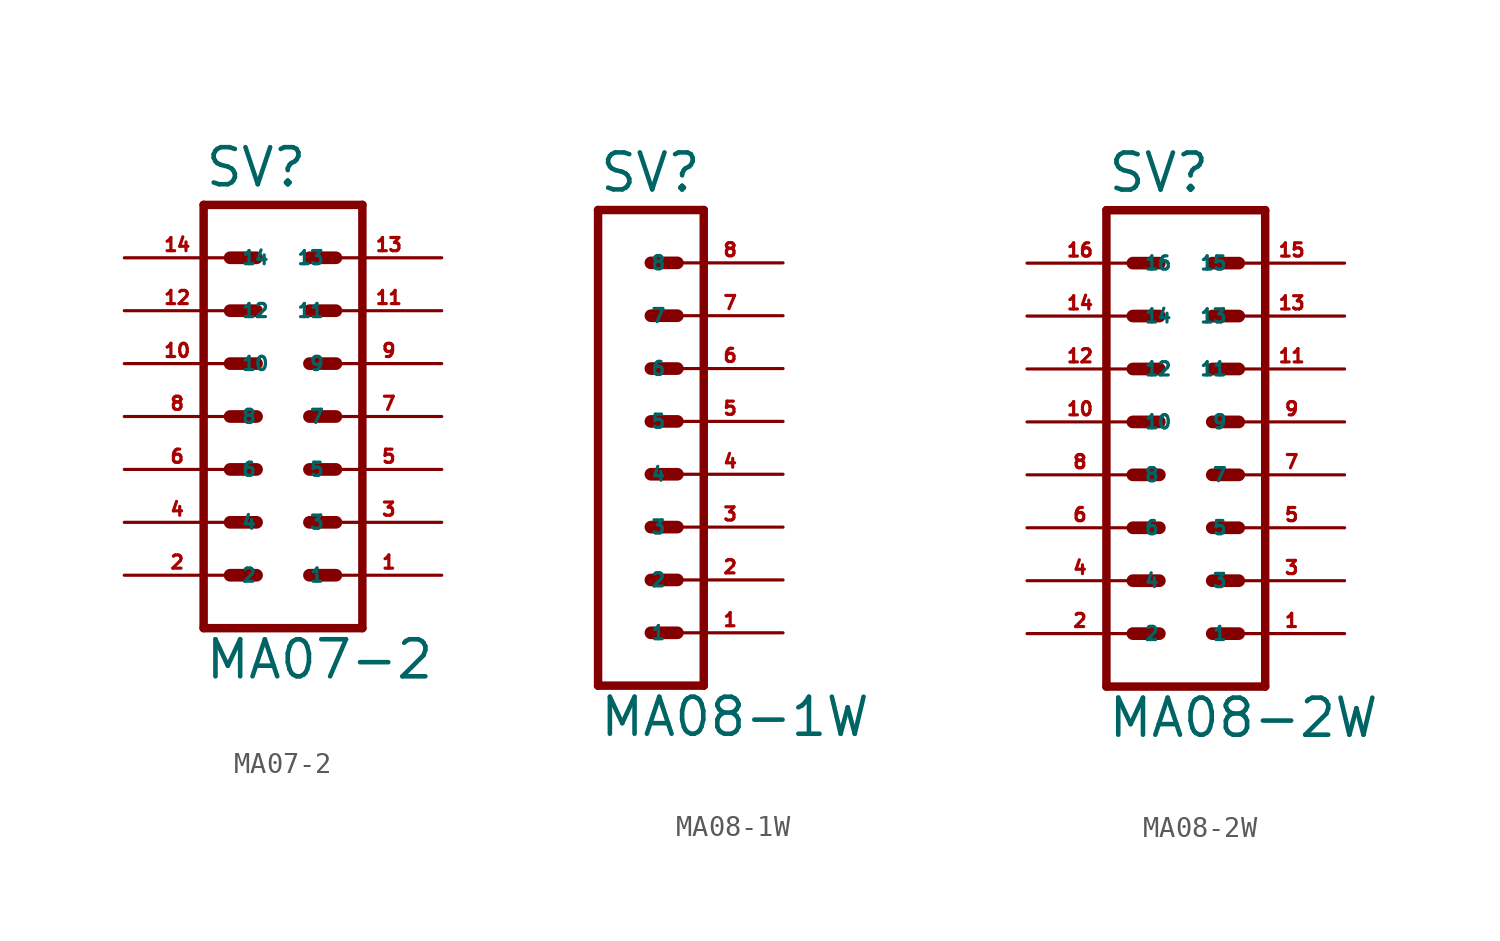
<source format=kicad_sym>
(kicad_symbol_lib
  (version 20220914)
  (generator Eagle2Kicad)
  (symbol "MA07-2"
    (property "Reference" "SV"
      (at -3.81 10.922 0)
      (effects (font (size 1.778 1.778) (thickness 0.22)) (justify left bottom)))
    (property "Value" "MA07-2"
      (at -3.81 -12.7 0)
      (effects (font (size 1.778 1.778) (thickness 0.22)) (justify left bottom)))
    (polyline
      (pts (xy 3.81 -10.16) (xy -3.81 -10.16))
      (stroke (width 0.406) (type default))
      (fill (type none)))
    (polyline
      (pts (xy 1.27 -2.54) (xy 2.54 -2.54))
      (stroke (width 0.61) (type default))
      (fill (type none)))
    (polyline
      (pts (xy 1.27 -5.08) (xy 2.54 -5.08))
      (stroke (width 0.61) (type default))
      (fill (type none)))
    (polyline
      (pts (xy 1.27 -7.62) (xy 2.54 -7.62))
      (stroke (width 0.61) (type default))
      (fill (type none)))
    (polyline
      (pts (xy -2.54 -2.54) (xy -1.27 -2.54))
      (stroke (width 0.61) (type default))
      (fill (type none)))
    (polyline
      (pts (xy -2.54 -5.08) (xy -1.27 -5.08))
      (stroke (width 0.61) (type default))
      (fill (type none)))
    (polyline
      (pts (xy -2.54 -7.62) (xy -1.27 -7.62))
      (stroke (width 0.61) (type default))
      (fill (type none)))
    (polyline
      (pts (xy -3.81 10.16) (xy -3.81 -10.16))
      (stroke (width 0.406) (type default))
      (fill (type none)))
    (polyline
      (pts (xy 3.81 -10.16) (xy 3.81 10.16))
      (stroke (width 0.406) (type default))
      (fill (type none)))
    (polyline
      (pts (xy -3.81 10.16) (xy 3.81 10.16))
      (stroke (width 0.406) (type default))
      (fill (type none)))
    (polyline
      (pts (xy 1.27 5.08) (xy 2.54 5.08))
      (stroke (width 0.61) (type default))
      (fill (type none)))
    (polyline
      (pts (xy 1.27 2.54) (xy 2.54 2.54))
      (stroke (width 0.61) (type default))
      (fill (type none)))
    (polyline
      (pts (xy 1.27 0) (xy 2.54 0))
      (stroke (width 0.61) (type default))
      (fill (type none)))
    (polyline
      (pts (xy -2.54 5.08) (xy -1.27 5.08))
      (stroke (width 0.61) (type default))
      (fill (type none)))
    (polyline
      (pts (xy -2.54 2.54) (xy -1.27 2.54))
      (stroke (width 0.61) (type default))
      (fill (type none)))
    (polyline
      (pts (xy -2.54 0) (xy -1.27 0))
      (stroke (width 0.61) (type default))
      (fill (type none)))
    (polyline
      (pts (xy -2.54 7.62) (xy -1.27 7.62))
      (stroke (width 0.61) (type default))
      (fill (type none)))
    (polyline
      (pts (xy 1.27 7.62) (xy 2.54 7.62))
      (stroke (width 0.61) (type default))
      (fill (type none)))
    (pin passive line
      (at 7.62 -7.62 180)
      (length 5.08)
      (name "1" (effects (font (size 0.635 0.635) (thickness 0.08)) (justify left bottom)))
      (number "1" (effects (font (size 0.635 0.635) (thickness 0.08)) (justify left bottom))))
    (pin passive line
      (at 7.62 -5.08 180)
      (length 5.08)
      (name "3" (effects (font (size 0.635 0.635) (thickness 0.08)) (justify left bottom)))
      (number "3" (effects (font (size 0.635 0.635) (thickness 0.08)) (justify left bottom))))
    (pin passive line
      (at 7.62 -2.54 180)
      (length 5.08)
      (name "5" (effects (font (size 0.635 0.635) (thickness 0.08)) (justify left bottom)))
      (number "5" (effects (font (size 0.635 0.635) (thickness 0.08)) (justify left bottom))))
    (pin passive line
      (at -7.62 -7.62 0)
      (length 5.08)
      (name "2" (effects (font (size 0.635 0.635) (thickness 0.08)) (justify left bottom)))
      (number "2" (effects (font (size 0.635 0.635) (thickness 0.08)) (justify left bottom))))
    (pin passive line
      (at -7.62 -5.08 0)
      (length 5.08)
      (name "4" (effects (font (size 0.635 0.635) (thickness 0.08)) (justify left bottom)))
      (number "4" (effects (font (size 0.635 0.635) (thickness 0.08)) (justify left bottom))))
    (pin passive line
      (at -7.62 -2.54 0)
      (length 5.08)
      (name "6" (effects (font (size 0.635 0.635) (thickness 0.08)) (justify left bottom)))
      (number "6" (effects (font (size 0.635 0.635) (thickness 0.08)) (justify left bottom))))
    (pin passive line
      (at 7.62 0 180)
      (length 5.08)
      (name "7" (effects (font (size 0.635 0.635) (thickness 0.08)) (justify left bottom)))
      (number "7" (effects (font (size 0.635 0.635) (thickness 0.08)) (justify left bottom))))
    (pin passive line
      (at 7.62 2.54 180)
      (length 5.08)
      (name "9" (effects (font (size 0.635 0.635) (thickness 0.08)) (justify left bottom)))
      (number "9" (effects (font (size 0.635 0.635) (thickness 0.08)) (justify left bottom))))
    (pin passive line
      (at 7.62 5.08 180)
      (length 5.08)
      (name "11" (effects (font (size 0.635 0.635) (thickness 0.08)) (justify left bottom)))
      (number "11" (effects (font (size 0.635 0.635) (thickness 0.08)) (justify left bottom))))
    (pin passive line
      (at -7.62 0 0)
      (length 5.08)
      (name "8" (effects (font (size 0.635 0.635) (thickness 0.08)) (justify left bottom)))
      (number "8" (effects (font (size 0.635 0.635) (thickness 0.08)) (justify left bottom))))
    (pin passive line
      (at -7.62 2.54 0)
      (length 5.08)
      (name "10" (effects (font (size 0.635 0.635) (thickness 0.08)) (justify left bottom)))
      (number "10" (effects (font (size 0.635 0.635) (thickness 0.08)) (justify left bottom))))
    (pin passive line
      (at -7.62 5.08 0)
      (length 5.08)
      (name "12" (effects (font (size 0.635 0.635) (thickness 0.08)) (justify left bottom)))
      (number "12" (effects (font (size 0.635 0.635) (thickness 0.08)) (justify left bottom))))
    (pin passive line
      (at -7.62 7.62 0)
      (length 5.08)
      (name "14" (effects (font (size 0.635 0.635) (thickness 0.08)) (justify left bottom)))
      (number "14" (effects (font (size 0.635 0.635) (thickness 0.08)) (justify left bottom))))
    (pin passive line
      (at 7.62 7.62 180)
      (length 5.08)
      (name "13" (effects (font (size 0.635 0.635) (thickness 0.08)) (justify left bottom)))
      (number "13" (effects (font (size 0.635 0.635) (thickness 0.08)) (justify left bottom)))))
  (symbol "MA08-1W"
    (property "Reference" "SV"
      (at -1.27 13.462 0)
      (effects (font (size 1.778 1.778) (thickness 0.22)) (justify left bottom)))
    (property "Value" "MA08-1W"
      (at -1.27 -12.7 0)
      (effects (font (size 1.778 1.778) (thickness 0.22)) (justify left bottom)))
    (polyline
      (pts (xy 3.81 -10.16) (xy -1.27 -10.16))
      (stroke (width 0.406) (type default))
      (fill (type none)))
    (polyline
      (pts (xy 1.27 -2.54) (xy 2.54 -2.54))
      (stroke (width 0.61) (type default))
      (fill (type none)))
    (polyline
      (pts (xy 1.27 -5.08) (xy 2.54 -5.08))
      (stroke (width 0.61) (type default))
      (fill (type none)))
    (polyline
      (pts (xy 1.27 -7.62) (xy 2.54 -7.62))
      (stroke (width 0.61) (type default))
      (fill (type none)))
    (polyline
      (pts (xy 1.27 2.54) (xy 2.54 2.54))
      (stroke (width 0.61) (type default))
      (fill (type none)))
    (polyline
      (pts (xy 1.27 0) (xy 2.54 0))
      (stroke (width 0.61) (type default))
      (fill (type none)))
    (polyline
      (pts (xy 1.27 10.16) (xy 2.54 10.16))
      (stroke (width 0.61) (type default))
      (fill (type none)))
    (polyline
      (pts (xy 1.27 7.62) (xy 2.54 7.62))
      (stroke (width 0.61) (type default))
      (fill (type none)))
    (polyline
      (pts (xy 1.27 5.08) (xy 2.54 5.08))
      (stroke (width 0.61) (type default))
      (fill (type none)))
    (polyline
      (pts (xy -1.27 12.7) (xy -1.27 -10.16))
      (stroke (width 0.406) (type default))
      (fill (type none)))
    (polyline
      (pts (xy 3.81 -10.16) (xy 3.81 12.7))
      (stroke (width 0.406) (type default))
      (fill (type none)))
    (polyline
      (pts (xy -1.27 12.7) (xy 3.81 12.7))
      (stroke (width 0.406) (type default))
      (fill (type none)))
    (pin passive line
      (at 7.62 -7.62 180)
      (length 5.08)
      (name "1" (effects (font (size 0.635 0.635) (thickness 0.08)) (justify left bottom)))
      (number "1" (effects (font (size 0.635 0.635) (thickness 0.08)) (justify left bottom))))
    (pin passive line
      (at 7.62 -5.08 180)
      (length 5.08)
      (name "2" (effects (font (size 0.635 0.635) (thickness 0.08)) (justify left bottom)))
      (number "2" (effects (font (size 0.635 0.635) (thickness 0.08)) (justify left bottom))))
    (pin passive line
      (at 7.62 -2.54 180)
      (length 5.08)
      (name "3" (effects (font (size 0.635 0.635) (thickness 0.08)) (justify left bottom)))
      (number "3" (effects (font (size 0.635 0.635) (thickness 0.08)) (justify left bottom))))
    (pin passive line
      (at 7.62 0 180)
      (length 5.08)
      (name "4" (effects (font (size 0.635 0.635) (thickness 0.08)) (justify left bottom)))
      (number "4" (effects (font (size 0.635 0.635) (thickness 0.08)) (justify left bottom))))
    (pin passive line
      (at 7.62 2.54 180)
      (length 5.08)
      (name "5" (effects (font (size 0.635 0.635) (thickness 0.08)) (justify left bottom)))
      (number "5" (effects (font (size 0.635 0.635) (thickness 0.08)) (justify left bottom))))
    (pin passive line
      (at 7.62 5.08 180)
      (length 5.08)
      (name "6" (effects (font (size 0.635 0.635) (thickness 0.08)) (justify left bottom)))
      (number "6" (effects (font (size 0.635 0.635) (thickness 0.08)) (justify left bottom))))
    (pin passive line
      (at 7.62 7.62 180)
      (length 5.08)
      (name "7" (effects (font (size 0.635 0.635) (thickness 0.08)) (justify left bottom)))
      (number "7" (effects (font (size 0.635 0.635) (thickness 0.08)) (justify left bottom))))
    (pin passive line
      (at 7.62 10.16 180)
      (length 5.08)
      (name "8" (effects (font (size 0.635 0.635) (thickness 0.08)) (justify left bottom)))
      (number "8" (effects (font (size 0.635 0.635) (thickness 0.08)) (justify left bottom)))))
  (symbol "MA08-2W"
    (property "Reference" "SV"
      (at -3.81 13.462 0)
      (effects (font (size 1.778 1.778) (thickness 0.22)) (justify left bottom)))
    (property "Value" "MA08-2W"
      (at -3.81 -12.7 0)
      (effects (font (size 1.778 1.778) (thickness 0.22)) (justify left bottom)))
    (polyline
      (pts (xy 3.81 -10.16) (xy -3.81 -10.16))
      (stroke (width 0.406) (type default))
      (fill (type none)))
    (polyline
      (pts (xy 1.27 -2.54) (xy 2.54 -2.54))
      (stroke (width 0.61) (type default))
      (fill (type none)))
    (polyline
      (pts (xy 1.27 -5.08) (xy 2.54 -5.08))
      (stroke (width 0.61) (type default))
      (fill (type none)))
    (polyline
      (pts (xy 1.27 -7.62) (xy 2.54 -7.62))
      (stroke (width 0.61) (type default))
      (fill (type none)))
    (polyline
      (pts (xy -2.54 -2.54) (xy -1.27 -2.54))
      (stroke (width 0.61) (type default))
      (fill (type none)))
    (polyline
      (pts (xy -2.54 -5.08) (xy -1.27 -5.08))
      (stroke (width 0.61) (type default))
      (fill (type none)))
    (polyline
      (pts (xy -2.54 -7.62) (xy -1.27 -7.62))
      (stroke (width 0.61) (type default))
      (fill (type none)))
    (polyline
      (pts (xy 1.27 2.54) (xy 2.54 2.54))
      (stroke (width 0.61) (type default))
      (fill (type none)))
    (polyline
      (pts (xy 1.27 0) (xy 2.54 0))
      (stroke (width 0.61) (type default))
      (fill (type none)))
    (polyline
      (pts (xy -2.54 2.54) (xy -1.27 2.54))
      (stroke (width 0.61) (type default))
      (fill (type none)))
    (polyline
      (pts (xy -2.54 0) (xy -1.27 0))
      (stroke (width 0.61) (type default))
      (fill (type none)))
    (polyline
      (pts (xy 1.27 10.16) (xy 2.54 10.16))
      (stroke (width 0.61) (type default))
      (fill (type none)))
    (polyline
      (pts (xy 1.27 7.62) (xy 2.54 7.62))
      (stroke (width 0.61) (type default))
      (fill (type none)))
    (polyline
      (pts (xy 1.27 5.08) (xy 2.54 5.08))
      (stroke (width 0.61) (type default))
      (fill (type none)))
    (polyline
      (pts (xy -2.54 10.16) (xy -1.27 10.16))
      (stroke (width 0.61) (type default))
      (fill (type none)))
    (polyline
      (pts (xy -2.54 7.62) (xy -1.27 7.62))
      (stroke (width 0.61) (type default))
      (fill (type none)))
    (polyline
      (pts (xy -2.54 5.08) (xy -1.27 5.08))
      (stroke (width 0.61) (type default))
      (fill (type none)))
    (polyline
      (pts (xy -3.81 12.7) (xy -3.81 -10.16))
      (stroke (width 0.406) (type default))
      (fill (type none)))
    (polyline
      (pts (xy 3.81 -10.16) (xy 3.81 12.7))
      (stroke (width 0.406) (type default))
      (fill (type none)))
    (polyline
      (pts (xy -3.81 12.7) (xy 3.81 12.7))
      (stroke (width 0.406) (type default))
      (fill (type none)))
    (pin passive line
      (at 7.62 -7.62 180)
      (length 5.08)
      (name "1" (effects (font (size 0.635 0.635) (thickness 0.08)) (justify left bottom)))
      (number "1" (effects (font (size 0.635 0.635) (thickness 0.08)) (justify left bottom))))
    (pin passive line
      (at 7.62 -5.08 180)
      (length 5.08)
      (name "3" (effects (font (size 0.635 0.635) (thickness 0.08)) (justify left bottom)))
      (number "3" (effects (font (size 0.635 0.635) (thickness 0.08)) (justify left bottom))))
    (pin passive line
      (at 7.62 -2.54 180)
      (length 5.08)
      (name "5" (effects (font (size 0.635 0.635) (thickness 0.08)) (justify left bottom)))
      (number "5" (effects (font (size 0.635 0.635) (thickness 0.08)) (justify left bottom))))
    (pin passive line
      (at -7.62 -7.62 0)
      (length 5.08)
      (name "2" (effects (font (size 0.635 0.635) (thickness 0.08)) (justify left bottom)))
      (number "2" (effects (font (size 0.635 0.635) (thickness 0.08)) (justify left bottom))))
    (pin passive line
      (at -7.62 -5.08 0)
      (length 5.08)
      (name "4" (effects (font (size 0.635 0.635) (thickness 0.08)) (justify left bottom)))
      (number "4" (effects (font (size 0.635 0.635) (thickness 0.08)) (justify left bottom))))
    (pin passive line
      (at -7.62 -2.54 0)
      (length 5.08)
      (name "6" (effects (font (size 0.635 0.635) (thickness 0.08)) (justify left bottom)))
      (number "6" (effects (font (size 0.635 0.635) (thickness 0.08)) (justify left bottom))))
    (pin passive line
      (at 7.62 0 180)
      (length 5.08)
      (name "7" (effects (font (size 0.635 0.635) (thickness 0.08)) (justify left bottom)))
      (number "7" (effects (font (size 0.635 0.635) (thickness 0.08)) (justify left bottom))))
    (pin passive line
      (at 7.62 2.54 180)
      (length 5.08)
      (name "9" (effects (font (size 0.635 0.635) (thickness 0.08)) (justify left bottom)))
      (number "9" (effects (font (size 0.635 0.635) (thickness 0.08)) (justify left bottom))))
    (pin passive line
      (at -7.62 0 0)
      (length 5.08)
      (name "8" (effects (font (size 0.635 0.635) (thickness 0.08)) (justify left bottom)))
      (number "8" (effects (font (size 0.635 0.635) (thickness 0.08)) (justify left bottom))))
    (pin passive line
      (at -7.62 2.54 0)
      (length 5.08)
      (name "10" (effects (font (size 0.635 0.635) (thickness 0.08)) (justify left bottom)))
      (number "10" (effects (font (size 0.635 0.635) (thickness 0.08)) (justify left bottom))))
    (pin passive line
      (at 7.62 5.08 180)
      (length 5.08)
      (name "11" (effects (font (size 0.635 0.635) (thickness 0.08)) (justify left bottom)))
      (number "11" (effects (font (size 0.635 0.635) (thickness 0.08)) (justify left bottom))))
    (pin passive line
      (at 7.62 7.62 180)
      (length 5.08)
      (name "13" (effects (font (size 0.635 0.635) (thickness 0.08)) (justify left bottom)))
      (number "13" (effects (font (size 0.635 0.635) (thickness 0.08)) (justify left bottom))))
    (pin passive line
      (at 7.62 10.16 180)
      (length 5.08)
      (name "15" (effects (font (size 0.635 0.635) (thickness 0.08)) (justify left bottom)))
      (number "15" (effects (font (size 0.635 0.635) (thickness 0.08)) (justify left bottom))))
    (pin passive line
      (at -7.62 5.08 0)
      (length 5.08)
      (name "12" (effects (font (size 0.635 0.635) (thickness 0.08)) (justify left bottom)))
      (number "12" (effects (font (size 0.635 0.635) (thickness 0.08)) (justify left bottom))))
    (pin passive line
      (at -7.62 7.62 0)
      (length 5.08)
      (name "14" (effects (font (size 0.635 0.635) (thickness 0.08)) (justify left bottom)))
      (number "14" (effects (font (size 0.635 0.635) (thickness 0.08)) (justify left bottom))))
    (pin passive line
      (at -7.62 10.16 0)
      (length 5.08)
      (name "16" (effects (font (size 0.635 0.635) (thickness 0.08)) (justify left bottom)))
      (number "16" (effects (font (size 0.635 0.635) (thickness 0.08)) (justify left bottom))))))
</source>
